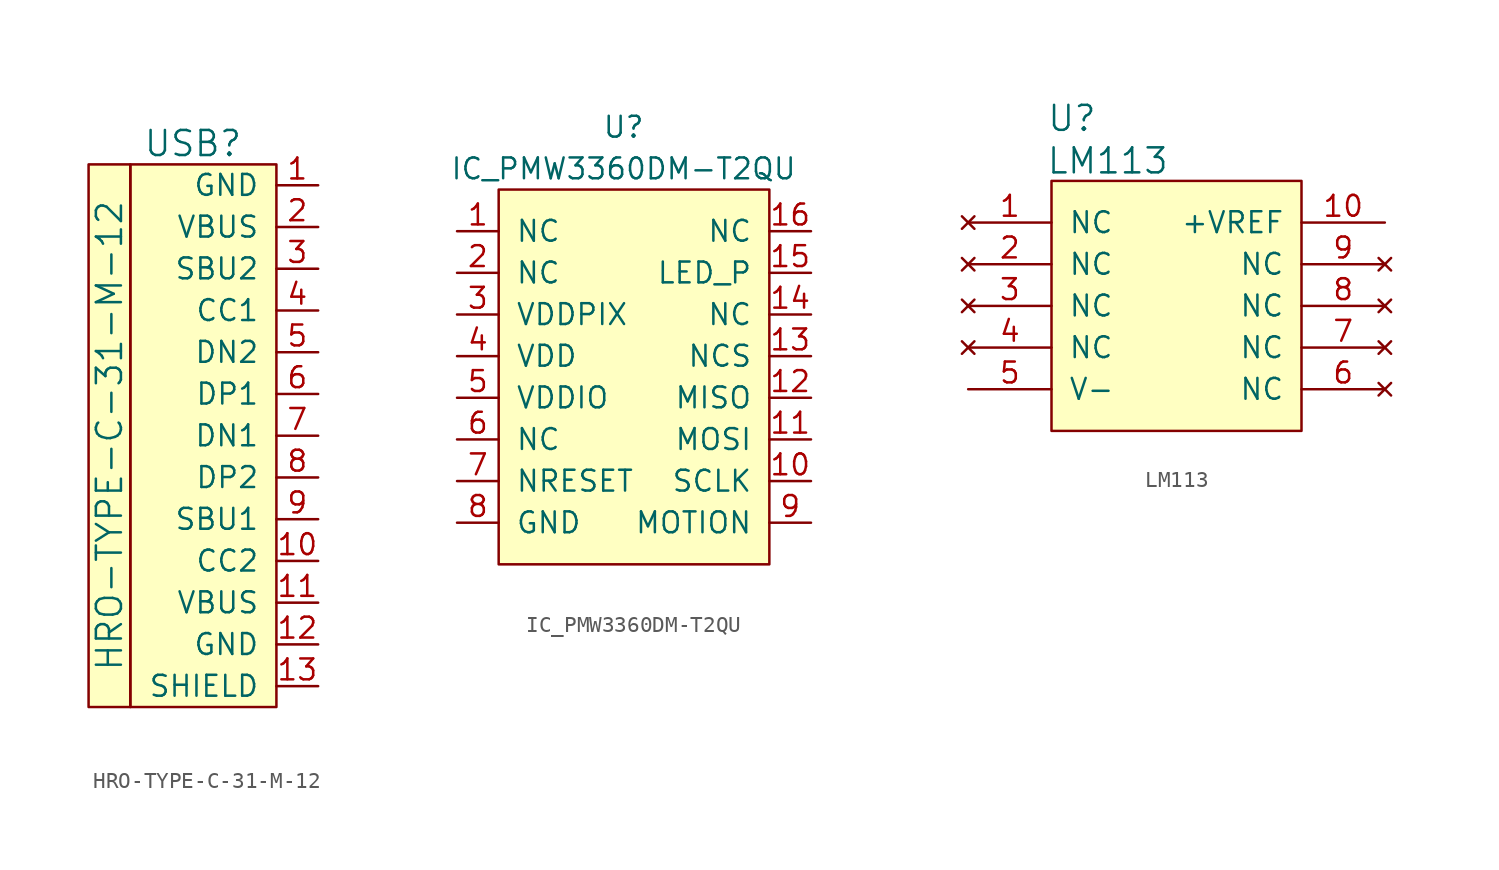
<source format=kicad_sym>
(kicad_symbol_lib
  (version 20220914)
  (generator kicad_symbol_editor)
  (symbol "HRO-TYPE-C-31-M-12"
    (pin_names
      (offset 1.016))
    (property "Reference" "USB"
      (at -5.08 16.51 0)
      (effects (font (size 1.524 1.524))))
    (property "Value" "HRO-TYPE-C-31-M-12"
      (at -10.16 -1.27 90)
      (effects (font (size 1.524 1.524))))
    (symbol "HRO-TYPE-C-31-M-12_0_1"
      (rectangle (start -11.43 15.24) (end -8.89 -17.78) (stroke (width 0) (type default)) (fill (type background)))
      (rectangle (start 0 -17.78) (end -8.89 15.24) (stroke (width 0) (type default)) (fill (type background))))
    (symbol "HRO-TYPE-C-31-M-12_1_1"
      (pin input line (at 2.54 13.97 180) (length 2.54) (name "GND" (effects (font (size 1.27 1.27)))) (number "1" (effects (font (size 1.27 1.27)))))
      (pin input line (at 2.54 -8.89 180) (length 2.54) (name "CC2" (effects (font (size 1.27 1.27)))) (number "10" (effects (font (size 1.27 1.27)))))
      (pin input line (at 2.54 -11.43 180) (length 2.54) (name "VBUS" (effects (font (size 1.27 1.27)))) (number "11" (effects (font (size 1.27 1.27)))))
      (pin input line (at 2.54 -13.97 180) (length 2.54) (name "GND" (effects (font (size 1.27 1.27)))) (number "12" (effects (font (size 1.27 1.27)))))
      (pin input line (at 2.54 -16.51 180) (length 2.54) (name "SHIELD" (effects (font (size 1.27 1.27)))) (number "13" (effects (font (size 1.27 1.27)))))
      (pin input line (at 2.54 11.43 180) (length 2.54) (name "VBUS" (effects (font (size 1.27 1.27)))) (number "2" (effects (font (size 1.27 1.27)))))
      (pin input line (at 2.54 8.89 180) (length 2.54) (name "SBU2" (effects (font (size 1.27 1.27)))) (number "3" (effects (font (size 1.27 1.27)))))
      (pin input line (at 2.54 6.35 180) (length 2.54) (name "CC1" (effects (font (size 1.27 1.27)))) (number "4" (effects (font (size 1.27 1.27)))))
      (pin input line (at 2.54 3.81 180) (length 2.54) (name "DN2" (effects (font (size 1.27 1.27)))) (number "5" (effects (font (size 1.27 1.27)))))
      (pin input line (at 2.54 1.27 180) (length 2.54) (name "DP1" (effects (font (size 1.27 1.27)))) (number "6" (effects (font (size 1.27 1.27)))))
      (pin input line (at 2.54 -1.27 180) (length 2.54) (name "DN1" (effects (font (size 1.27 1.27)))) (number "7" (effects (font (size 1.27 1.27)))))
      (pin input line (at 2.54 -3.81 180) (length 2.54) (name "DP2" (effects (font (size 1.27 1.27)))) (number "8" (effects (font (size 1.27 1.27)))))
      (pin input line (at 2.54 -6.35 180) (length 2.54) (name "SBU1" (effects (font (size 1.27 1.27)))) (number "9" (effects (font (size 1.27 1.27)))))))
  (symbol "IC_PMW3360DM-T2QU"
    (pin_names
      (offset 1.016))
    (property "Reference" "U"
      (at 0 12.7 0)
      (effects (font (size 1.27 1.27))))
    (property "Value" "IC_PMW3360DM-T2QU"
      (at 0 10.16 0)
      (effects (font (size 1.27 1.27))))
    (symbol "IC_PMW3360DM-T2QU_0_1"
      (rectangle (start -7.62 8.89) (end 8.89 -13.97) (stroke (width 0) (type default)) (fill (type background))))
    (symbol "IC_PMW3360DM-T2QU_1_1"
      (pin input line (at -10.16 6.35 0) (length 2.54) (name "NC" (effects (font (size 1.27 1.27)))) (number "1" (effects (font (size 1.27 1.27)))))
      (pin input line (at 11.43 -8.89 180) (length 2.54) (name "SCLK" (effects (font (size 1.27 1.27)))) (number "10" (effects (font (size 1.27 1.27)))))
      (pin input line (at 11.43 -6.35 180) (length 2.54) (name "MOSI" (effects (font (size 1.27 1.27)))) (number "11" (effects (font (size 1.27 1.27)))))
      (pin input line (at 11.43 -3.81 180) (length 2.54) (name "MISO" (effects (font (size 1.27 1.27)))) (number "12" (effects (font (size 1.27 1.27)))))
      (pin input line (at 11.43 -1.27 180) (length 2.54) (name "NCS" (effects (font (size 1.27 1.27)))) (number "13" (effects (font (size 1.27 1.27)))))
      (pin input line (at 11.43 1.27 180) (length 2.54) (name "NC" (effects (font (size 1.27 1.27)))) (number "14" (effects (font (size 1.27 1.27)))))
      (pin input line (at 11.43 3.81 180) (length 2.54) (name "LED_P" (effects (font (size 1.27 1.27)))) (number "15" (effects (font (size 1.27 1.27)))))
      (pin input line (at 11.43 6.35 180) (length 2.54) (name "NC" (effects (font (size 1.27 1.27)))) (number "16" (effects (font (size 1.27 1.27)))))
      (pin input line (at -10.16 3.81 0) (length 2.54) (name "NC" (effects (font (size 1.27 1.27)))) (number "2" (effects (font (size 1.27 1.27)))))
      (pin input line (at -10.16 1.27 0) (length 2.54) (name "VDDPIX" (effects (font (size 1.27 1.27)))) (number "3" (effects (font (size 1.27 1.27)))))
      (pin input line (at -10.16 -1.27 0) (length 2.54) (name "VDD" (effects (font (size 1.27 1.27)))) (number "4" (effects (font (size 1.27 1.27)))))
      (pin input line (at -10.16 -3.81 0) (length 2.54) (name "VDDIO" (effects (font (size 1.27 1.27)))) (number "5" (effects (font (size 1.27 1.27)))))
      (pin input line (at -10.16 -6.35 0) (length 2.54) (name "NC" (effects (font (size 1.27 1.27)))) (number "6" (effects (font (size 1.27 1.27)))))
      (pin input line (at -10.16 -8.89 0) (length 2.54) (name "NRESET" (effects (font (size 1.27 1.27)))) (number "7" (effects (font (size 1.27 1.27)))))
      (pin input line (at -10.16 -11.43 0) (length 2.54) (name "GND" (effects (font (size 1.27 1.27)))) (number "8" (effects (font (size 1.27 1.27)))))
      (pin input line (at 11.43 -11.43 180) (length 2.54) (name "MOTION" (effects (font (size 1.27 1.27)))) (number "9" (effects (font (size 1.27 1.27)))))))
  (symbol "LM113"
    (pin_names
      (offset 1.016))
    (property "Reference" "U"
      (at -6.375 11.43 0)
      (effects (font (size 1.524 1.524))))
    (property "Value" "LM113"
      (at -4.191 8.839 0)
      (effects (font (size 1.524 1.524))))
    (symbol "LM113_0_1"
      (rectangle (start 7.62 -7.62) (end -7.62 7.62) (stroke (width 0) (type default)) (fill (type background))))
    (symbol "LM113_1_1"
      (pin no_connect line (at -12.7 5.08 0) (length 5.08) (name "NC" (effects (font (size 1.27 1.27)))) (number "1" (effects (font (size 1.27 1.27)))))
      (pin power_out line (at 12.7 5.08 180) (length 5.08) (name "+VREF" (effects (font (size 1.27 1.27)))) (number "10" (effects (font (size 1.27 1.27)))))
      (pin no_connect line (at -12.7 2.54 0) (length 5.08) (name "NC" (effects (font (size 1.27 1.27)))) (number "2" (effects (font (size 1.27 1.27)))))
      (pin no_connect line (at -12.7 0 0) (length 5.08) (name "NC" (effects (font (size 1.27 1.27)))) (number "3" (effects (font (size 1.27 1.27)))))
      (pin no_connect line (at -12.7 -2.54 0) (length 5.08) (name "NC" (effects (font (size 1.27 1.27)))) (number "4" (effects (font (size 1.27 1.27)))))
      (pin power_in line (at -12.7 -5.08 0) (length 5.08) (name "V-" (effects (font (size 1.27 1.27)))) (number "5" (effects (font (size 1.27 1.27)))))
      (pin no_connect line (at 12.7 -5.08 180) (length 5.08) (name "NC" (effects (font (size 1.27 1.27)))) (number "6" (effects (font (size 1.27 1.27)))))
      (pin no_connect line (at 12.7 -2.54 180) (length 5.08) (name "NC" (effects (font (size 1.27 1.27)))) (number "7" (effects (font (size 1.27 1.27)))))
      (pin no_connect line (at 12.7 0 180) (length 5.08) (name "NC" (effects (font (size 1.27 1.27)))) (number "8" (effects (font (size 1.27 1.27)))))
      (pin no_connect line (at 12.7 2.54 180) (length 5.08) (name "NC" (effects (font (size 1.27 1.27)))) (number "9" (effects (font (size 1.27 1.27))))))))
</source>
